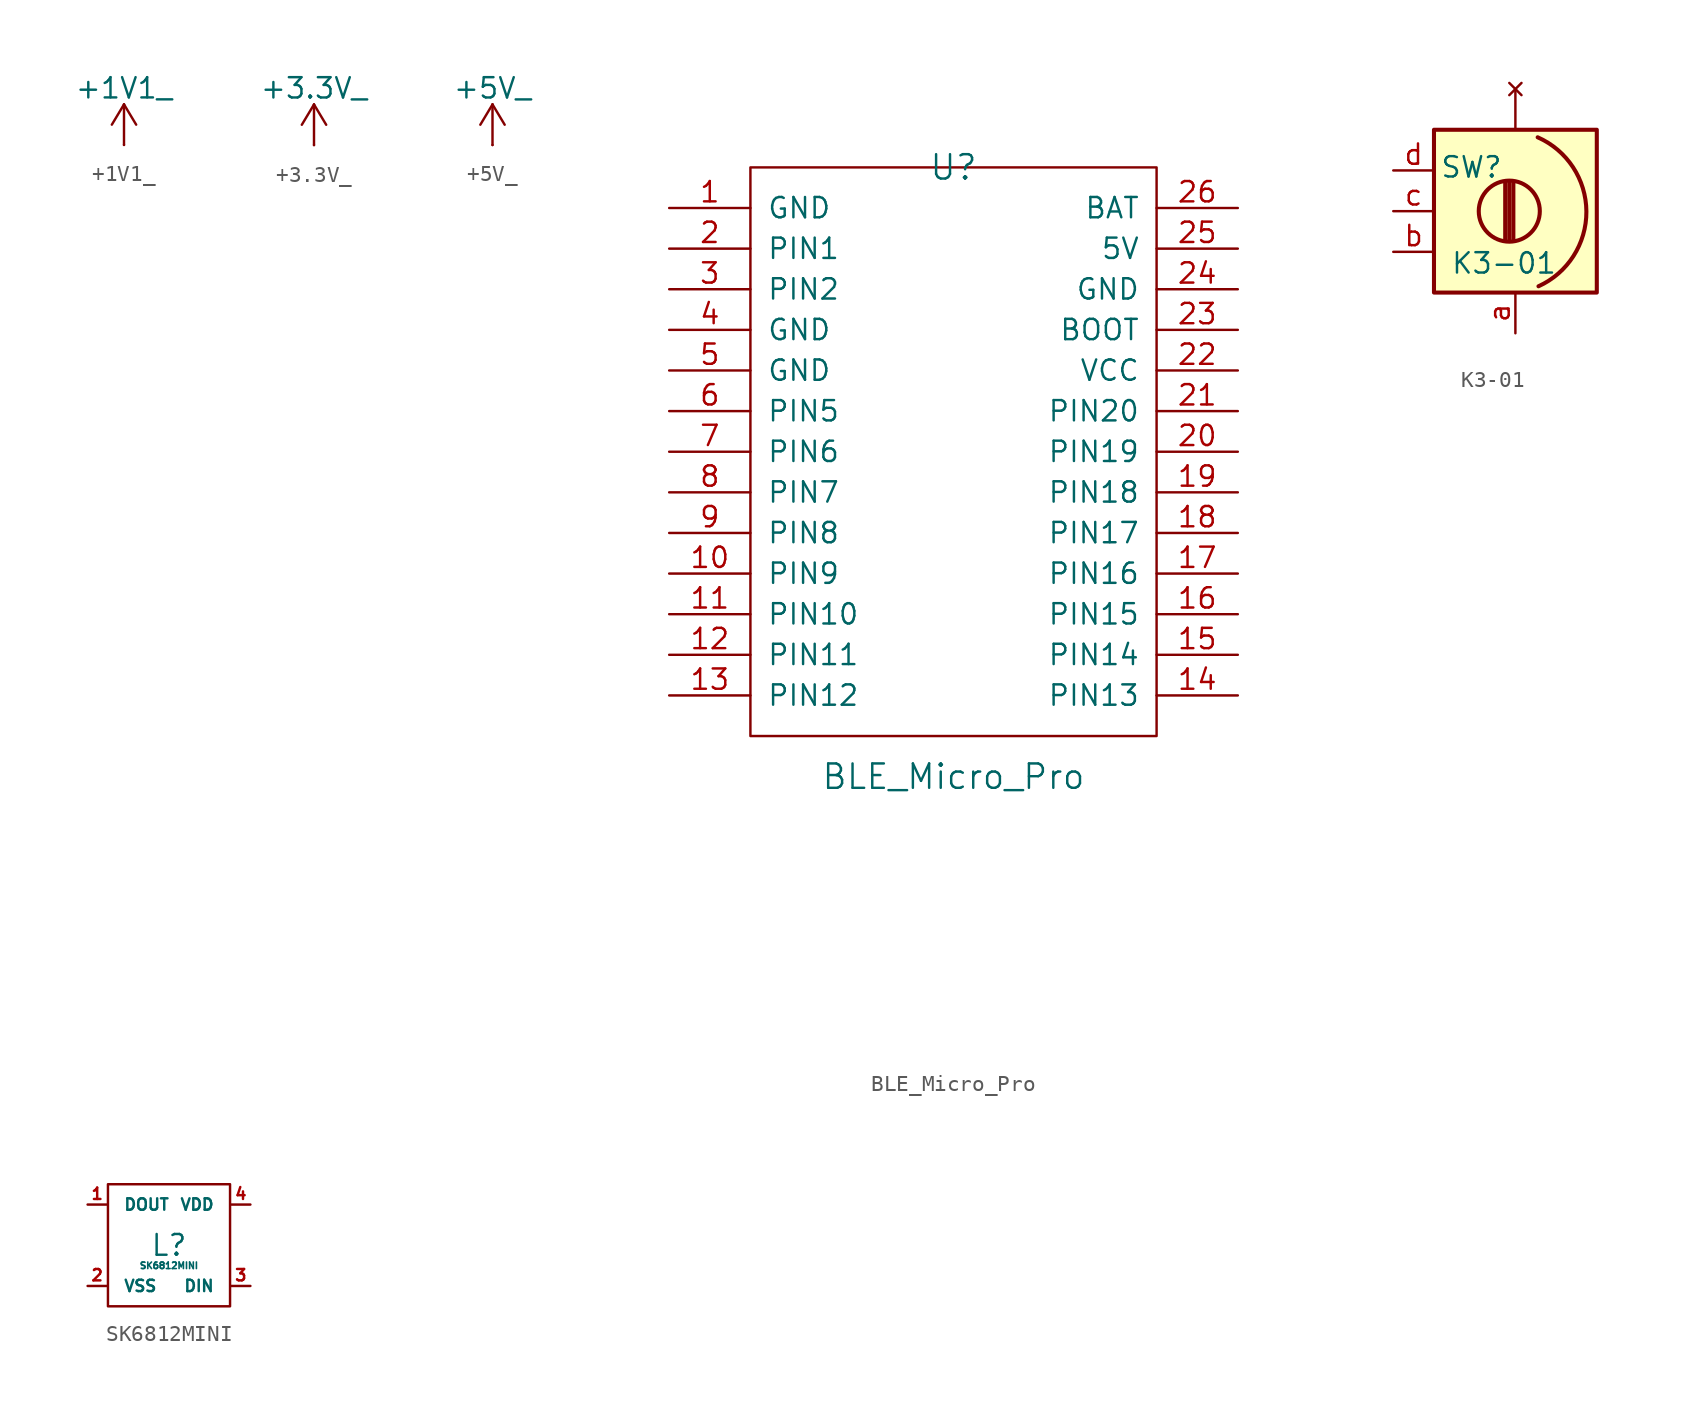
<source format=kicad_sym>
(kicad_symbol_lib
  (version 20231120)
  (generator "kicad_symbol_editor")
  (generator_version "8.0")
  (symbol "+1V1_"
    (power)
    (pin_numbers hide)
    (pin_names
      (offset 0) hide)
    (property "Reference" "#PWR"
      (at 0 -3.81 0)
      (effects (font (size 1.27 1.27)) (hide yes)))
    (property "Value" "+1V1_"
      (at 0 3.556 0)
      (effects (font (size 1.27 1.27))))
    (symbol "+1V1__0_1"
      (polyline (pts (xy -0.762 1.27) (xy 0 2.54)) (stroke (width 0) (type default)) (fill (type none)))
      (polyline (pts (xy 0 0) (xy 0 2.54)) (stroke (width 0) (type default)) (fill (type none)))
      (polyline (pts (xy 0 2.54) (xy 0.762 1.27)) (stroke (width 0) (type default)) (fill (type none))))
    (symbol "+1V1__1_1"
      (pin power_in line (at 0 0 90) (length 0) (name "~" (effects (font (size 1.27 1.27)))) (number "1" (effects (font (size 1.27 1.27)))))))
  (symbol "+3.3V_"
    (power)
    (pin_numbers hide)
    (pin_names
      (offset 0) hide)
    (property "Reference" "#PWR"
      (at 0 -3.81 0)
      (effects (font (size 1.27 1.27)) (hide yes)))
    (property "Value" "+3.3V_"
      (at 0 3.556 0)
      (effects (font (size 1.27 1.27))))
    (symbol "+3.3V__0_1"
      (polyline (pts (xy -0.762 1.27) (xy 0 2.54)) (stroke (width 0) (type default)) (fill (type none)))
      (polyline (pts (xy 0 0) (xy 0 2.54)) (stroke (width 0) (type default)) (fill (type none)))
      (polyline (pts (xy 0 2.54) (xy 0.762 1.27)) (stroke (width 0) (type default)) (fill (type none))))
    (symbol "+3.3V__1_1"
      (pin power_in line (at 0 0 90) (length 0) (name "~" (effects (font (size 1.27 1.27)))) (number "1" (effects (font (size 1.27 1.27)))))))
  (symbol "+5V_"
    (power)
    (pin_numbers hide)
    (pin_names
      (offset 0) hide)
    (property "Reference" "#PWR"
      (at 0 -3.81 0)
      (effects (font (size 1.27 1.27)) (hide yes)))
    (property "Value" "+5V_"
      (at 0 3.556 0)
      (effects (font (size 1.27 1.27))))
    (symbol "+5V__0_1"
      (polyline (pts (xy -0.762 1.27) (xy 0 2.54)) (stroke (width 0) (type default)) (fill (type none)))
      (polyline (pts (xy 0 0) (xy 0 2.54)) (stroke (width 0) (type default)) (fill (type none)))
      (polyline (pts (xy 0 2.54) (xy 0.762 1.27)) (stroke (width 0) (type default)) (fill (type none))))
    (symbol "+5V__1_1"
      (pin power_in line (at 0 0 90) (length 0) (name "~" (effects (font (size 1.27 1.27)))) (number "1" (effects (font (size 1.27 1.27)))))))
  (symbol "BLE_Micro_Pro"
    (pin_names
      (offset 1.016))
    (property "Reference" "U"
      (at 0 24.13 0)
      (effects (font (size 1.524 1.524))))
    (property "Value" "BLE_Micro_Pro"
      (at 0 -13.97 0)
      (effects (font (size 1.524 1.524))))
    (property "Footprint" ""
      (at 2.54 -26.67 0)
      (effects (font (size 1.524 1.524))))
    (property "Datasheet" ""
      (at 2.54 -26.67 0)
      (effects (font (size 1.524 1.524))))
    (symbol "BLE_Micro_Pro_0_1"
      (rectangle (start -12.7 24.13) (end 12.7 -11.43) (stroke (width 0) (type default)) (fill (type none))))
    (symbol "BLE_Micro_Pro_1_1"
      (pin input line (at -17.78 21.59 0) (length 5.08) (name "GND" (effects (font (size 1.27 1.27)))) (number "1" (effects (font (size 1.27 1.27)))))
      (pin bidirectional line (at -17.78 -1.27 0) (length 5.08) (name "PIN9" (effects (font (size 1.27 1.27)))) (number "10" (effects (font (size 1.27 1.27)))))
      (pin bidirectional line (at -17.78 -3.81 0) (length 5.08) (name "PIN10" (effects (font (size 1.27 1.27)))) (number "11" (effects (font (size 1.27 1.27)))))
      (pin bidirectional line (at -17.78 -6.35 0) (length 5.08) (name "PIN11" (effects (font (size 1.27 1.27)))) (number "12" (effects (font (size 1.27 1.27)))))
      (pin bidirectional line (at -17.78 -8.89 0) (length 5.08) (name "PIN12" (effects (font (size 1.27 1.27)))) (number "13" (effects (font (size 1.27 1.27)))))
      (pin bidirectional line (at 17.78 -8.89 180) (length 5.08) (name "PIN13" (effects (font (size 1.27 1.27)))) (number "14" (effects (font (size 1.27 1.27)))))
      (pin bidirectional line (at 17.78 -6.35 180) (length 5.08) (name "PIN14" (effects (font (size 1.27 1.27)))) (number "15" (effects (font (size 1.27 1.27)))))
      (pin bidirectional line (at 17.78 -3.81 180) (length 5.08) (name "PIN15" (effects (font (size 1.27 1.27)))) (number "16" (effects (font (size 1.27 1.27)))))
      (pin bidirectional line (at 17.78 -1.27 180) (length 5.08) (name "PIN16" (effects (font (size 1.27 1.27)))) (number "17" (effects (font (size 1.27 1.27)))))
      (pin bidirectional line (at 17.78 1.27 180) (length 5.08) (name "PIN17" (effects (font (size 1.27 1.27)))) (number "18" (effects (font (size 1.27 1.27)))))
      (pin bidirectional line (at 17.78 3.81 180) (length 5.08) (name "PIN18" (effects (font (size 1.27 1.27)))) (number "19" (effects (font (size 1.27 1.27)))))
      (pin bidirectional line (at -17.78 19.05 0) (length 5.08) (name "PIN1" (effects (font (size 1.27 1.27)))) (number "2" (effects (font (size 1.27 1.27)))))
      (pin bidirectional line (at 17.78 6.35 180) (length 5.08) (name "PIN19" (effects (font (size 1.27 1.27)))) (number "20" (effects (font (size 1.27 1.27)))))
      (pin bidirectional line (at 17.78 8.89 180) (length 5.08) (name "PIN20" (effects (font (size 1.27 1.27)))) (number "21" (effects (font (size 1.27 1.27)))))
      (pin power_in line (at 17.78 11.43 180) (length 5.08) (name "VCC" (effects (font (size 1.27 1.27)))) (number "22" (effects (font (size 1.27 1.27)))))
      (pin input line (at 17.78 13.97 180) (length 5.08) (name "BOOT" (effects (font (size 1.27 1.27)))) (number "23" (effects (font (size 1.27 1.27)))))
      (pin power_in line (at 17.78 16.51 180) (length 5.08) (name "GND" (effects (font (size 1.27 1.27)))) (number "24" (effects (font (size 1.27 1.27)))))
      (pin power_out line (at 17.78 19.05 180) (length 5.08) (name "5V" (effects (font (size 1.27 1.27)))) (number "25" (effects (font (size 1.27 1.27)))))
      (pin input line (at 17.78 21.59 180) (length 5.08) (name "BAT" (effects (font (size 1.27 1.27)))) (number "26" (effects (font (size 1.27 1.27)))))
      (pin bidirectional line (at -17.78 16.51 0) (length 5.08) (name "PIN2" (effects (font (size 1.27 1.27)))) (number "3" (effects (font (size 1.27 1.27)))))
      (pin power_in line (at -17.78 13.97 0) (length 5.08) (name "GND" (effects (font (size 1.27 1.27)))) (number "4" (effects (font (size 1.27 1.27)))))
      (pin power_in line (at -17.78 11.43 0) (length 5.08) (name "GND" (effects (font (size 1.27 1.27)))) (number "5" (effects (font (size 1.27 1.27)))))
      (pin bidirectional line (at -17.78 8.89 0) (length 5.08) (name "PIN5" (effects (font (size 1.27 1.27)))) (number "6" (effects (font (size 1.27 1.27)))))
      (pin bidirectional line (at -17.78 6.35 0) (length 5.08) (name "PIN6" (effects (font (size 1.27 1.27)))) (number "7" (effects (font (size 1.27 1.27)))))
      (pin bidirectional line (at -17.78 3.81 0) (length 5.08) (name "PIN7" (effects (font (size 1.27 1.27)))) (number "8" (effects (font (size 1.27 1.27)))))
      (pin bidirectional line (at -17.78 1.27 0) (length 5.08) (name "PIN8" (effects (font (size 1.27 1.27)))) (number "9" (effects (font (size 1.27 1.27)))))))
  (symbol "K3-01"
    (pin_names
      (offset 0.254) hide)
    (property "Reference" "SW"
      (at -2.743 2.743 0)
      (effects (font (size 1.27 1.27))))
    (property "Value" "K3-01"
      (at -0.711 -3.251 0)
      (effects (font (size 1.27 1.27))))
    (symbol "K3-01_0_1"
      (rectangle (start -5.08 5.08) (end 5.08 -5.08) (stroke (width 0.254) (type default)) (fill (type background)))
      (circle (center -0.381 0) (radius 1.905) (stroke (width 0.254) (type default)) (fill (type none)))
      (polyline (pts (xy -0.635 -1.778) (xy -0.635 1.778)) (stroke (width 0.254) (type default)) (fill (type none)))
      (polyline (pts (xy -0.381 -1.778) (xy -0.381 1.778)) (stroke (width 0.254) (type default)) (fill (type none)))
      (polyline (pts (xy -0.127 1.778) (xy -0.127 -1.778)) (stroke (width 0.254) (type default)) (fill (type none)))
      (arc (start 1.4412 -4.6877) (mid 4.4304 -0.0231) (end 1.3904 4.6087) (stroke (width 0.254) (type default)) (fill (type none))))
    (symbol "K3-01_1_1"
      (pin no_connect line (at 0 7.62 270) (length 2.54) (name "Comm" (effects (font (size 1.27 1.27)))) (number "" (effects (font (size 1.27 1.27)))))
      (pin passive line (at 0 -7.62 90) (length 2.54) (name "a" (effects (font (size 1.27 1.27)))) (number "a" (effects (font (size 1.27 1.27)))))
      (pin passive line (at -7.62 -2.54 0) (length 2.54) (name "b" (effects (font (size 1.27 1.27)))) (number "b" (effects (font (size 1.27 1.27)))))
      (pin passive line (at -7.62 0 0) (length 2.54) (name "c" (effects (font (size 1.27 1.27)))) (number "c" (effects (font (size 1.27 1.27)))))
      (pin passive line (at -7.62 2.54 0) (length 2.54) (name "d" (effects (font (size 1.27 1.27)))) (number "d" (effects (font (size 1.27 1.27)))))))
  (symbol "SK6812MINI"
    (pin_names
      (offset 1.016))
    (property "Reference" "L"
      (at 0 0 0)
      (effects (font (size 1.295 1.295))))
    (property "Value" "SK6812MINI"
      (at 0 -1.27 0)
      (effects (font (size 0.406 0.406))))
    (symbol "SK6812MINI_0_1"
      (rectangle (start -3.81 3.81) (end 3.81 -3.81) (stroke (width 0) (type default)) (fill (type none))))
    (symbol "SK6812MINI_1_1"
      (pin output line (at -5.08 2.54 0) (length 1.194) (name "DOUT" (effects (font (size 0.711 0.711)))) (number "1" (effects (font (size 0.711 0.711)))))
      (pin power_in line (at -5.08 -2.54 0) (length 1.194) (name "VSS" (effects (font (size 0.711 0.711)))) (number "2" (effects (font (size 0.711 0.711)))))
      (pin input line (at 5.08 -2.54 180) (length 1.194) (name "DIN" (effects (font (size 0.711 0.711)))) (number "3" (effects (font (size 0.711 0.711)))))
      (pin power_in line (at 5.08 2.54 180) (length 1.194) (name "VDD" (effects (font (size 0.711 0.711)))) (number "4" (effects (font (size 0.711 0.711))))))))
</source>
